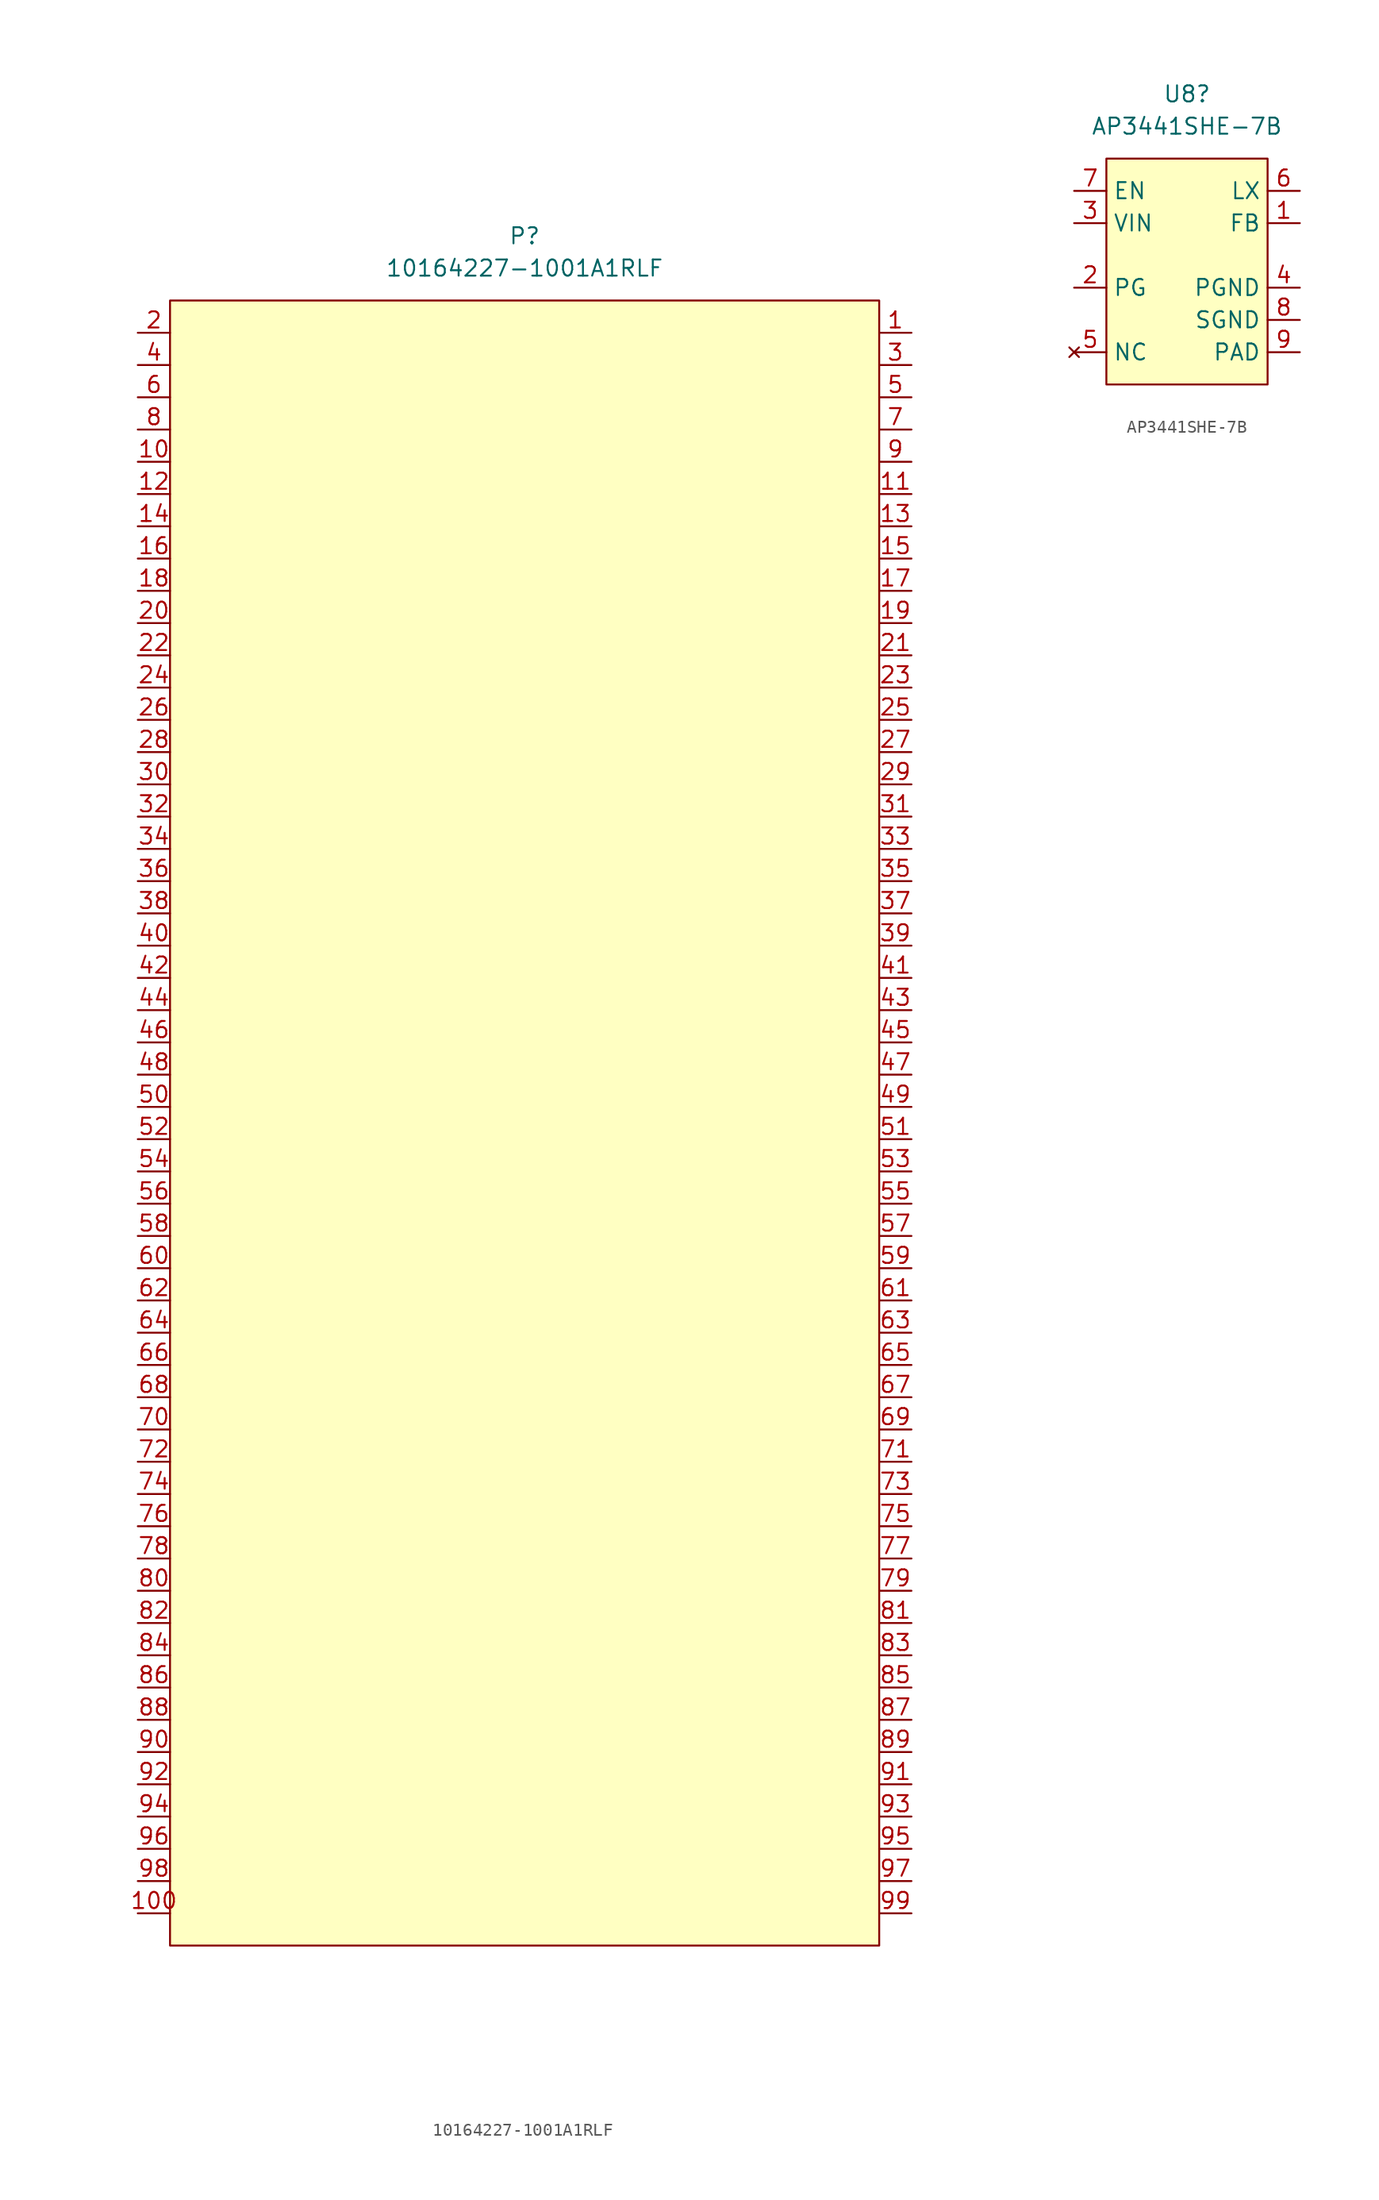
<source format=kicad_sym>
(kicad_symbol_lib
  (version 20241209)
  (generator "kicad_symbol_editor")
  (generator_version "9.0")
  (symbol "10164227-1001A1RLF"
    (property "Reference" "P"
      (at 0 69.85 0)
      (effects (font (size 1.27 1.27))))
    (property "Value" "10164227-1001A1RLF"
      (at 0 67.31 0)
      (effects (font (size 1.27 1.27))))
    (symbol "10164227-1001A1RLF_1_1"
      (rectangle (start -27.94 64.77) (end 27.94 -64.77) (stroke (width 0) (type solid)) (fill (type color) (color 255 255 194 1)))
      (pin unspecified line (at -30.48 62.23 0) (length 2.54) (name "" (effects (font (size 1.27 1.27)))) (number "2" (effects (font (size 1.27 1.27)))))
      (pin unspecified line (at -30.48 59.69 0) (length 2.54) (name "" (effects (font (size 1.27 1.27)))) (number "4" (effects (font (size 1.27 1.27)))))
      (pin unspecified line (at -30.48 57.15 0) (length 2.54) (name "" (effects (font (size 1.27 1.27)))) (number "6" (effects (font (size 1.27 1.27)))))
      (pin unspecified line (at -30.48 54.61 0) (length 2.54) (name "" (effects (font (size 1.27 1.27)))) (number "8" (effects (font (size 1.27 1.27)))))
      (pin unspecified line (at -30.48 52.07 0) (length 2.54) (name "" (effects (font (size 1.27 1.27)))) (number "10" (effects (font (size 1.27 1.27)))))
      (pin unspecified line (at -30.48 49.53 0) (length 2.54) (name "" (effects (font (size 1.27 1.27)))) (number "12" (effects (font (size 1.27 1.27)))))
      (pin unspecified line (at -30.48 46.99 0) (length 2.54) (name "" (effects (font (size 1.27 1.27)))) (number "14" (effects (font (size 1.27 1.27)))))
      (pin unspecified line (at -30.48 44.45 0) (length 2.54) (name "" (effects (font (size 1.27 1.27)))) (number "16" (effects (font (size 1.27 1.27)))))
      (pin unspecified line (at -30.48 41.91 0) (length 2.54) (name "" (effects (font (size 1.27 1.27)))) (number "18" (effects (font (size 1.27 1.27)))))
      (pin unspecified line (at -30.48 39.37 0) (length 2.54) (name "" (effects (font (size 1.27 1.27)))) (number "20" (effects (font (size 1.27 1.27)))))
      (pin unspecified line (at -30.48 36.83 0) (length 2.54) (name "" (effects (font (size 1.27 1.27)))) (number "22" (effects (font (size 1.27 1.27)))))
      (pin unspecified line (at -30.48 34.29 0) (length 2.54) (name "" (effects (font (size 1.27 1.27)))) (number "24" (effects (font (size 1.27 1.27)))))
      (pin unspecified line (at -30.48 31.75 0) (length 2.54) (name "" (effects (font (size 1.27 1.27)))) (number "26" (effects (font (size 1.27 1.27)))))
      (pin unspecified line (at -30.48 29.21 0) (length 2.54) (name "" (effects (font (size 1.27 1.27)))) (number "28" (effects (font (size 1.27 1.27)))))
      (pin unspecified line (at -30.48 26.67 0) (length 2.54) (name "" (effects (font (size 1.27 1.27)))) (number "30" (effects (font (size 1.27 1.27)))))
      (pin unspecified line (at -30.48 24.13 0) (length 2.54) (name "" (effects (font (size 1.27 1.27)))) (number "32" (effects (font (size 1.27 1.27)))))
      (pin unspecified line (at -30.48 21.59 0) (length 2.54) (name "" (effects (font (size 1.27 1.27)))) (number "34" (effects (font (size 1.27 1.27)))))
      (pin unspecified line (at -30.48 19.05 0) (length 2.54) (name "" (effects (font (size 1.27 1.27)))) (number "36" (effects (font (size 1.27 1.27)))))
      (pin unspecified line (at -30.48 16.51 0) (length 2.54) (name "" (effects (font (size 1.27 1.27)))) (number "38" (effects (font (size 1.27 1.27)))))
      (pin unspecified line (at -30.48 13.97 0) (length 2.54) (name "" (effects (font (size 1.27 1.27)))) (number "40" (effects (font (size 1.27 1.27)))))
      (pin unspecified line (at -30.48 11.43 0) (length 2.54) (name "" (effects (font (size 1.27 1.27)))) (number "42" (effects (font (size 1.27 1.27)))))
      (pin unspecified line (at -30.48 8.89 0) (length 2.54) (name "" (effects (font (size 1.27 1.27)))) (number "44" (effects (font (size 1.27 1.27)))))
      (pin unspecified line (at -30.48 6.35 0) (length 2.54) (name "" (effects (font (size 1.27 1.27)))) (number "46" (effects (font (size 1.27 1.27)))))
      (pin unspecified line (at -30.48 3.81 0) (length 2.54) (name "" (effects (font (size 1.27 1.27)))) (number "48" (effects (font (size 1.27 1.27)))))
      (pin unspecified line (at -30.48 1.27 0) (length 2.54) (name "" (effects (font (size 1.27 1.27)))) (number "50" (effects (font (size 1.27 1.27)))))
      (pin unspecified line (at -30.48 -1.27 0) (length 2.54) (name "" (effects (font (size 1.27 1.27)))) (number "52" (effects (font (size 1.27 1.27)))))
      (pin unspecified line (at -30.48 -3.81 0) (length 2.54) (name "" (effects (font (size 1.27 1.27)))) (number "54" (effects (font (size 1.27 1.27)))))
      (pin unspecified line (at -30.48 -6.35 0) (length 2.54) (name "" (effects (font (size 1.27 1.27)))) (number "56" (effects (font (size 1.27 1.27)))))
      (pin unspecified line (at -30.48 -8.89 0) (length 2.54) (name "" (effects (font (size 1.27 1.27)))) (number "58" (effects (font (size 1.27 1.27)))))
      (pin unspecified line (at -30.48 -11.43 0) (length 2.54) (name "" (effects (font (size 1.27 1.27)))) (number "60" (effects (font (size 1.27 1.27)))))
      (pin unspecified line (at -30.48 -13.97 0) (length 2.54) (name "" (effects (font (size 1.27 1.27)))) (number "62" (effects (font (size 1.27 1.27)))))
      (pin unspecified line (at -30.48 -16.51 0) (length 2.54) (name "" (effects (font (size 1.27 1.27)))) (number "64" (effects (font (size 1.27 1.27)))))
      (pin unspecified line (at -30.48 -19.05 0) (length 2.54) (name "" (effects (font (size 1.27 1.27)))) (number "66" (effects (font (size 1.27 1.27)))))
      (pin unspecified line (at -30.48 -21.59 0) (length 2.54) (name "" (effects (font (size 1.27 1.27)))) (number "68" (effects (font (size 1.27 1.27)))))
      (pin unspecified line (at -30.48 -24.13 0) (length 2.54) (name "" (effects (font (size 1.27 1.27)))) (number "70" (effects (font (size 1.27 1.27)))))
      (pin unspecified line (at -30.48 -26.67 0) (length 2.54) (name "" (effects (font (size 1.27 1.27)))) (number "72" (effects (font (size 1.27 1.27)))))
      (pin unspecified line (at -30.48 -29.21 0) (length 2.54) (name "" (effects (font (size 1.27 1.27)))) (number "74" (effects (font (size 1.27 1.27)))))
      (pin unspecified line (at -30.48 -31.75 0) (length 2.54) (name "" (effects (font (size 1.27 1.27)))) (number "76" (effects (font (size 1.27 1.27)))))
      (pin unspecified line (at -30.48 -34.29 0) (length 2.54) (name "" (effects (font (size 1.27 1.27)))) (number "78" (effects (font (size 1.27 1.27)))))
      (pin unspecified line (at -30.48 -36.83 0) (length 2.54) (name "" (effects (font (size 1.27 1.27)))) (number "80" (effects (font (size 1.27 1.27)))))
      (pin unspecified line (at -30.48 -39.37 0) (length 2.54) (name "" (effects (font (size 1.27 1.27)))) (number "82" (effects (font (size 1.27 1.27)))))
      (pin unspecified line (at -30.48 -41.91 0) (length 2.54) (name "" (effects (font (size 1.27 1.27)))) (number "84" (effects (font (size 1.27 1.27)))))
      (pin unspecified line (at -30.48 -44.45 0) (length 2.54) (name "" (effects (font (size 1.27 1.27)))) (number "86" (effects (font (size 1.27 1.27)))))
      (pin unspecified line (at -30.48 -46.99 0) (length 2.54) (name "" (effects (font (size 1.27 1.27)))) (number "88" (effects (font (size 1.27 1.27)))))
      (pin unspecified line (at -30.48 -49.53 0) (length 2.54) (name "" (effects (font (size 1.27 1.27)))) (number "90" (effects (font (size 1.27 1.27)))))
      (pin unspecified line (at -30.48 -52.07 0) (length 2.54) (name "" (effects (font (size 1.27 1.27)))) (number "92" (effects (font (size 1.27 1.27)))))
      (pin unspecified line (at -30.48 -54.61 0) (length 2.54) (name "" (effects (font (size 1.27 1.27)))) (number "94" (effects (font (size 1.27 1.27)))))
      (pin unspecified line (at -30.48 -57.15 0) (length 2.54) (name "" (effects (font (size 1.27 1.27)))) (number "96" (effects (font (size 1.27 1.27)))))
      (pin unspecified line (at -30.48 -59.69 0) (length 2.54) (name "" (effects (font (size 1.27 1.27)))) (number "98" (effects (font (size 1.27 1.27)))))
      (pin unspecified line (at -30.48 -62.23 0) (length 2.54) (name "" (effects (font (size 1.27 1.27)))) (number "100" (effects (font (size 1.27 1.27)))))
      (pin unspecified line (at 30.48 62.23 180) (length 2.54) (name "" (effects (font (size 1.27 1.27)))) (number "1" (effects (font (size 1.27 1.27)))))
      (pin unspecified line (at 30.48 59.69 180) (length 2.54) (name "" (effects (font (size 1.27 1.27)))) (number "3" (effects (font (size 1.27 1.27)))))
      (pin unspecified line (at 30.48 57.15 180) (length 2.54) (name "" (effects (font (size 1.27 1.27)))) (number "5" (effects (font (size 1.27 1.27)))))
      (pin unspecified line (at 30.48 54.61 180) (length 2.54) (name "" (effects (font (size 1.27 1.27)))) (number "7" (effects (font (size 1.27 1.27)))))
      (pin unspecified line (at 30.48 52.07 180) (length 2.54) (name "" (effects (font (size 1.27 1.27)))) (number "9" (effects (font (size 1.27 1.27)))))
      (pin unspecified line (at 30.48 49.53 180) (length 2.54) (name "" (effects (font (size 1.27 1.27)))) (number "11" (effects (font (size 1.27 1.27)))))
      (pin unspecified line (at 30.48 46.99 180) (length 2.54) (name "" (effects (font (size 1.27 1.27)))) (number "13" (effects (font (size 1.27 1.27)))))
      (pin unspecified line (at 30.48 44.45 180) (length 2.54) (name "" (effects (font (size 1.27 1.27)))) (number "15" (effects (font (size 1.27 1.27)))))
      (pin unspecified line (at 30.48 41.91 180) (length 2.54) (name "" (effects (font (size 1.27 1.27)))) (number "17" (effects (font (size 1.27 1.27)))))
      (pin unspecified line (at 30.48 39.37 180) (length 2.54) (name "" (effects (font (size 1.27 1.27)))) (number "19" (effects (font (size 1.27 1.27)))))
      (pin unspecified line (at 30.48 36.83 180) (length 2.54) (name "" (effects (font (size 1.27 1.27)))) (number "21" (effects (font (size 1.27 1.27)))))
      (pin unspecified line (at 30.48 34.29 180) (length 2.54) (name "" (effects (font (size 1.27 1.27)))) (number "23" (effects (font (size 1.27 1.27)))))
      (pin unspecified line (at 30.48 31.75 180) (length 2.54) (name "" (effects (font (size 1.27 1.27)))) (number "25" (effects (font (size 1.27 1.27)))))
      (pin unspecified line (at 30.48 29.21 180) (length 2.54) (name "" (effects (font (size 1.27 1.27)))) (number "27" (effects (font (size 1.27 1.27)))))
      (pin unspecified line (at 30.48 26.67 180) (length 2.54) (name "" (effects (font (size 1.27 1.27)))) (number "29" (effects (font (size 1.27 1.27)))))
      (pin unspecified line (at 30.48 24.13 180) (length 2.54) (name "" (effects (font (size 1.27 1.27)))) (number "31" (effects (font (size 1.27 1.27)))))
      (pin unspecified line (at 30.48 21.59 180) (length 2.54) (name "" (effects (font (size 1.27 1.27)))) (number "33" (effects (font (size 1.27 1.27)))))
      (pin unspecified line (at 30.48 19.05 180) (length 2.54) (name "" (effects (font (size 1.27 1.27)))) (number "35" (effects (font (size 1.27 1.27)))))
      (pin unspecified line (at 30.48 16.51 180) (length 2.54) (name "" (effects (font (size 1.27 1.27)))) (number "37" (effects (font (size 1.27 1.27)))))
      (pin unspecified line (at 30.48 13.97 180) (length 2.54) (name "" (effects (font (size 1.27 1.27)))) (number "39" (effects (font (size 1.27 1.27)))))
      (pin unspecified line (at 30.48 11.43 180) (length 2.54) (name "" (effects (font (size 1.27 1.27)))) (number "41" (effects (font (size 1.27 1.27)))))
      (pin unspecified line (at 30.48 8.89 180) (length 2.54) (name "" (effects (font (size 1.27 1.27)))) (number "43" (effects (font (size 1.27 1.27)))))
      (pin unspecified line (at 30.48 6.35 180) (length 2.54) (name "" (effects (font (size 1.27 1.27)))) (number "45" (effects (font (size 1.27 1.27)))))
      (pin unspecified line (at 30.48 3.81 180) (length 2.54) (name "" (effects (font (size 1.27 1.27)))) (number "47" (effects (font (size 1.27 1.27)))))
      (pin unspecified line (at 30.48 1.27 180) (length 2.54) (name "" (effects (font (size 1.27 1.27)))) (number "49" (effects (font (size 1.27 1.27)))))
      (pin unspecified line (at 30.48 -1.27 180) (length 2.54) (name "" (effects (font (size 1.27 1.27)))) (number "51" (effects (font (size 1.27 1.27)))))
      (pin unspecified line (at 30.48 -3.81 180) (length 2.54) (name "" (effects (font (size 1.27 1.27)))) (number "53" (effects (font (size 1.27 1.27)))))
      (pin unspecified line (at 30.48 -6.35 180) (length 2.54) (name "" (effects (font (size 1.27 1.27)))) (number "55" (effects (font (size 1.27 1.27)))))
      (pin unspecified line (at 30.48 -8.89 180) (length 2.54) (name "" (effects (font (size 1.27 1.27)))) (number "57" (effects (font (size 1.27 1.27)))))
      (pin unspecified line (at 30.48 -11.43 180) (length 2.54) (name "" (effects (font (size 1.27 1.27)))) (number "59" (effects (font (size 1.27 1.27)))))
      (pin unspecified line (at 30.48 -13.97 180) (length 2.54) (name "" (effects (font (size 1.27 1.27)))) (number "61" (effects (font (size 1.27 1.27)))))
      (pin unspecified line (at 30.48 -16.51 180) (length 2.54) (name "" (effects (font (size 1.27 1.27)))) (number "63" (effects (font (size 1.27 1.27)))))
      (pin unspecified line (at 30.48 -19.05 180) (length 2.54) (name "" (effects (font (size 1.27 1.27)))) (number "65" (effects (font (size 1.27 1.27)))))
      (pin unspecified line (at 30.48 -21.59 180) (length 2.54) (name "" (effects (font (size 1.27 1.27)))) (number "67" (effects (font (size 1.27 1.27)))))
      (pin unspecified line (at 30.48 -24.13 180) (length 2.54) (name "" (effects (font (size 1.27 1.27)))) (number "69" (effects (font (size 1.27 1.27)))))
      (pin unspecified line (at 30.48 -26.67 180) (length 2.54) (name "" (effects (font (size 1.27 1.27)))) (number "71" (effects (font (size 1.27 1.27)))))
      (pin unspecified line (at 30.48 -29.21 180) (length 2.54) (name "" (effects (font (size 1.27 1.27)))) (number "73" (effects (font (size 1.27 1.27)))))
      (pin unspecified line (at 30.48 -31.75 180) (length 2.54) (name "" (effects (font (size 1.27 1.27)))) (number "75" (effects (font (size 1.27 1.27)))))
      (pin unspecified line (at 30.48 -34.29 180) (length 2.54) (name "" (effects (font (size 1.27 1.27)))) (number "77" (effects (font (size 1.27 1.27)))))
      (pin unspecified line (at 30.48 -36.83 180) (length 2.54) (name "" (effects (font (size 1.27 1.27)))) (number "79" (effects (font (size 1.27 1.27)))))
      (pin unspecified line (at 30.48 -39.37 180) (length 2.54) (name "" (effects (font (size 1.27 1.27)))) (number "81" (effects (font (size 1.27 1.27)))))
      (pin unspecified line (at 30.48 -41.91 180) (length 2.54) (name "" (effects (font (size 1.27 1.27)))) (number "83" (effects (font (size 1.27 1.27)))))
      (pin unspecified line (at 30.48 -44.45 180) (length 2.54) (name "" (effects (font (size 1.27 1.27)))) (number "85" (effects (font (size 1.27 1.27)))))
      (pin unspecified line (at 30.48 -46.99 180) (length 2.54) (name "" (effects (font (size 1.27 1.27)))) (number "87" (effects (font (size 1.27 1.27)))))
      (pin unspecified line (at 30.48 -49.53 180) (length 2.54) (name "" (effects (font (size 1.27 1.27)))) (number "89" (effects (font (size 1.27 1.27)))))
      (pin unspecified line (at 30.48 -52.07 180) (length 2.54) (name "" (effects (font (size 1.27 1.27)))) (number "91" (effects (font (size 1.27 1.27)))))
      (pin unspecified line (at 30.48 -54.61 180) (length 2.54) (name "" (effects (font (size 1.27 1.27)))) (number "93" (effects (font (size 1.27 1.27)))))
      (pin unspecified line (at 30.48 -57.15 180) (length 2.54) (name "" (effects (font (size 1.27 1.27)))) (number "95" (effects (font (size 1.27 1.27)))))
      (pin unspecified line (at 30.48 -59.69 180) (length 2.54) (name "" (effects (font (size 1.27 1.27)))) (number "97" (effects (font (size 1.27 1.27)))))
      (pin unspecified line (at 30.48 -62.23 180) (length 2.54) (name "" (effects (font (size 1.27 1.27)))) (number "99" (effects (font (size 1.27 1.27)))))))
  (symbol "AP3441SHE-7B"
    (property "Reference" "U8"
      (at 0 13.97 0)
      (effects (font (size 1.27 1.27))))
    (property "Value" "AP3441SHE-7B"
      (at 0 11.43 0)
      (effects (font (size 1.27 1.27))))
    (symbol "AP3441SHE-7B_1_1"
      (rectangle (start -6.35 8.89) (end 6.35 -8.89) (stroke (width 0) (type solid)) (fill (type color) (color 255 255 194 1)))
      (pin input line (at -8.89 6.35 0) (length 2.54) (name "EN" (effects (font (size 1.27 1.27)))) (number "7" (effects (font (size 1.27 1.27)))))
      (pin power_in line (at -8.89 3.81 0) (length 2.54) (name "VIN" (effects (font (size 1.27 1.27)))) (number "3" (effects (font (size 1.27 1.27)))))
      (pin open_collector line (at -8.89 -1.27 0) (length 2.54) (name "PG" (effects (font (size 1.27 1.27)))) (number "2" (effects (font (size 1.27 1.27)))))
      (pin no_connect line (at -8.89 -6.35 0) (length 2.54) (name "NC" (effects (font (size 1.27 1.27)))) (number "5" (effects (font (size 1.27 1.27)))))
      (pin power_out line (at 8.89 6.35 180) (length 2.54) (name "LX" (effects (font (size 1.27 1.27)))) (number "6" (effects (font (size 1.27 1.27)))))
      (pin passive line (at 8.89 3.81 180) (length 2.54) (name "FB" (effects (font (size 1.27 1.27)))) (number "1" (effects (font (size 1.27 1.27)))))
      (pin power_in line (at 8.89 -1.27 180) (length 2.54) (name "PGND" (effects (font (size 1.27 1.27)))) (number "4" (effects (font (size 1.27 1.27)))))
      (pin power_in line (at 8.89 -3.81 180) (length 2.54) (name "SGND" (effects (font (size 1.27 1.27)))) (number "8" (effects (font (size 1.27 1.27)))))
      (pin input line (at 8.89 -6.35 180) (length 2.54) (name "PAD" (effects (font (size 1.27 1.27)))) (number "9" (effects (font (size 1.27 1.27))))))))
</source>
